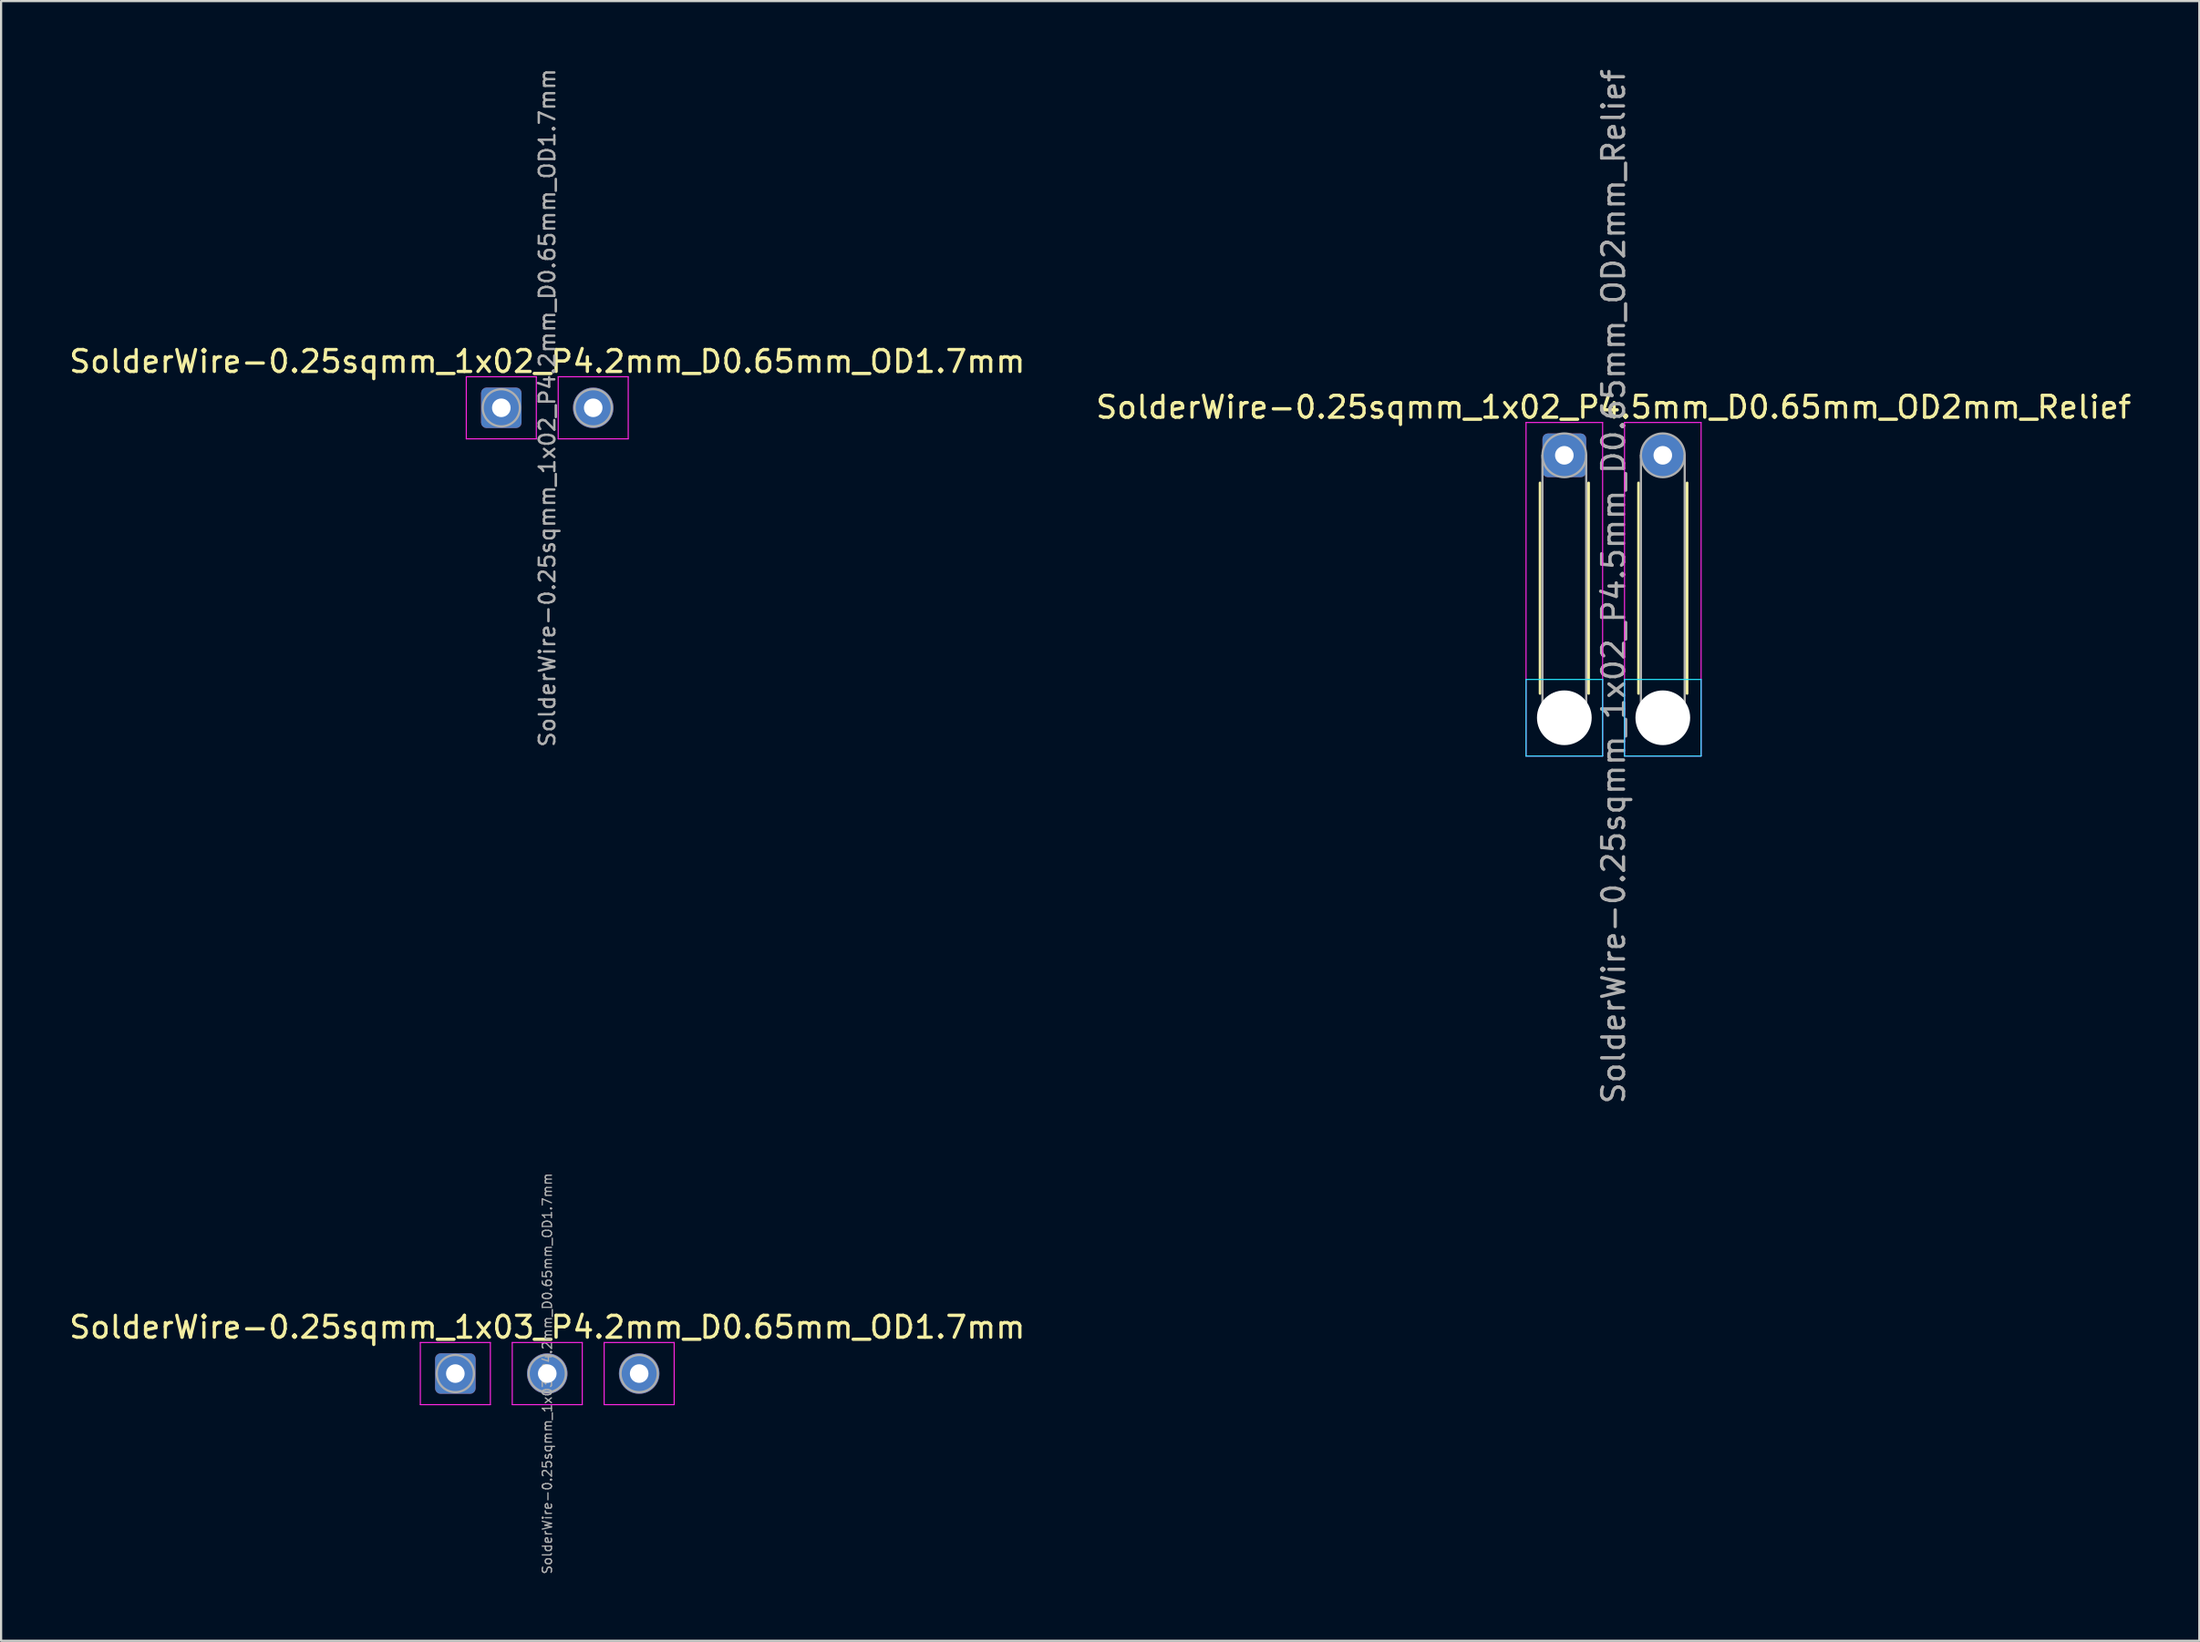
<source format=kicad_pcb>
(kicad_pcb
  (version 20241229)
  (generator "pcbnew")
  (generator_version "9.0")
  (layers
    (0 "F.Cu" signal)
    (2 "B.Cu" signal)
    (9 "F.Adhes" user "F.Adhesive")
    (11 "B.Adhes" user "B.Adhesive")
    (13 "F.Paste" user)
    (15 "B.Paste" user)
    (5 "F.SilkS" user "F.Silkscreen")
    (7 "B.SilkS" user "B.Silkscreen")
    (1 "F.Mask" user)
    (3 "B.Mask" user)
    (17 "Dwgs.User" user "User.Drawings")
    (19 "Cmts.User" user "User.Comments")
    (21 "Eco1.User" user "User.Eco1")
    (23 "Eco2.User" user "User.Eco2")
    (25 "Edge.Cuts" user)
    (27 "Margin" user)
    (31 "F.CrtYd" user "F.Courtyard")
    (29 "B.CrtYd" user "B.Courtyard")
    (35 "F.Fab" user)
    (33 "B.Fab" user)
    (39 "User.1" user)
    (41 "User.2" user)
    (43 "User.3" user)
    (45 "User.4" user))
  (footprint "SolderWire-0.25sqmm_1x02_P4.5mm_D0.65mm_OD2mm_Relief"
    (layer "F.Cu")
    (at 68.435 17.768)
    (property "Reference" "SolderWire-0.25sqmm_1x02_P4.5mm_D0.65mm_OD2mm_Relief" (at 2.25 -2.2 0) (layer "F.SilkS") (effects (font (size 1 1) (thickness 0.15))))
    (attr exclude_from_pos_files exclude_from_bom)
    (fp_line (start -1.11 1.26) (end -1.11 10.89) (stroke (width 0.12) (type solid)) (layer "F.SilkS"))
    (fp_line (start 1.11 1.26) (end 1.11 10.89) (stroke (width 0.12) (type solid)) (layer "F.SilkS"))
    (fp_line (start 3.39 1.26) (end 3.39 10.89) (stroke (width 0.12) (type solid)) (layer "F.SilkS"))
    (fp_line (start 5.61 1.26) (end 5.61 10.89) (stroke (width 0.12) (type solid)) (layer "F.SilkS"))
    (fp_line (start -1.75 10.25) (end -1.75 13.75) (stroke (width 0.05) (type solid)) (layer "B.CrtYd"))
    (fp_line (start -1.75 13.75) (end 1.75 13.75) (stroke (width 0.05) (type solid)) (layer "B.CrtYd"))
    (fp_line (start 1.75 10.25) (end -1.75 10.25) (stroke (width 0.05) (type solid)) (layer "B.CrtYd"))
    (fp_line (start 1.75 13.75) (end 1.75 10.25) (stroke (width 0.05) (type solid)) (layer "B.CrtYd"))
    (fp_line (start 2.75 10.25) (end 2.75 13.75) (stroke (width 0.05) (type solid)) (layer "B.CrtYd"))
    (fp_line (start 2.75 13.75) (end 6.25 13.75) (stroke (width 0.05) (type solid)) (layer "B.CrtYd"))
    (fp_line (start 6.25 10.25) (end 2.75 10.25) (stroke (width 0.05) (type solid)) (layer "B.CrtYd"))
    (fp_line (start 6.25 13.75) (end 6.25 10.25) (stroke (width 0.05) (type solid)) (layer "B.CrtYd"))
    (fp_line (start -1.75 -1.5) (end -1.75 13.75) (stroke (width 0.05) (type solid)) (layer "F.CrtYd"))
    (fp_line (start -1.75 13.75) (end 1.75 13.75) (stroke (width 0.05) (type solid)) (layer "F.CrtYd"))
    (fp_line (start 1.75 -1.5) (end -1.75 -1.5) (stroke (width 0.05) (type solid)) (layer "F.CrtYd"))
    (fp_line (start 1.75 13.75) (end 1.75 -1.5) (stroke (width 0.05) (type solid)) (layer "F.CrtYd"))
    (fp_line (start 2.75 -1.5) (end 2.75 13.75) (stroke (width 0.05) (type solid)) (layer "F.CrtYd"))
    (fp_line (start 2.75 13.75) (end 6.25 13.75) (stroke (width 0.05) (type solid)) (layer "F.CrtYd"))
    (fp_line (start 6.25 -1.5) (end 2.75 -1.5) (stroke (width 0.05) (type solid)) (layer "F.CrtYd"))
    (fp_line (start 6.25 13.75) (end 6.25 -1.5) (stroke (width 0.05) (type solid)) (layer "F.CrtYd"))
    (fp_line (start -1 0) (end -1 12) (stroke (width 0.1) (type solid)) (layer "F.Fab"))
    (fp_line (start 1 0) (end 1 12) (stroke (width 0.1) (type solid)) (layer "F.Fab"))
    (fp_line (start 3.5 0) (end 3.5 12) (stroke (width 0.1) (type solid)) (layer "F.Fab"))
    (fp_line (start 5.5 0) (end 5.5 12) (stroke (width 0.1) (type solid)) (layer "F.Fab"))
    (fp_circle (center 0 0) (end 1 0) (stroke (width 0.1) (type solid)) (fill no) (layer "F.Fab"))
    (fp_circle (center 0 12) (end 1 12) (stroke (width 0.1) (type solid)) (fill no) (layer "F.Fab"))
    (fp_circle (center 4.5 0) (end 5.5 0) (stroke (width 0.1) (type solid)) (fill no) (layer "F.Fab"))
    (fp_circle (center 4.5 12) (end 5.5 12) (stroke (width 0.1) (type solid)) (fill no) (layer "F.Fab"))
    (fp_text user "${REFERENCE}" (at 2.25 6 90) (layer "F.Fab") (effects (font (size 1 1) (thickness 0.15))))
    (pad "" np_thru_hole circle (at 0 12) (size 2.5 2.5) (drill 2.5) (layers "*.Cu" "*.Mask"))
    (pad "" np_thru_hole circle (at 4.5 12) (size 2.5 2.5) (drill 2.5) (layers "*.Cu" "*.Mask"))
    (pad "1" thru_hole roundrect (at 0 0) (size 2 2) (drill 0.85) (layers "*.Cu" "*.Mask") (roundrect_rratio 0.125))
    (pad "2" thru_hole circle (at 4.5 0) (size 2 2) (drill 0.85) (layers "*.Cu" "*.Mask")))
  (footprint "SolderWire-0.25sqmm_1x03_P4.2mm_D0.65mm_OD1.7mm"
    (layer "F.Cu")
    (at 17.758 59.754)
    (property "Reference" "SolderWire-0.25sqmm_1x03_P4.2mm_D0.65mm_OD1.7mm" (at 4.2 -2.12 0) (layer "F.SilkS") (effects (font (size 1 1) (thickness 0.15))))
    (attr exclude_from_pos_files exclude_from_bom)
    (fp_line (start -1.6 -1.42) (end -1.6 1.42) (stroke (width 0.05) (type solid)) (layer "F.CrtYd"))
    (fp_line (start -1.6 1.42) (end 1.6 1.42) (stroke (width 0.05) (type solid)) (layer "F.CrtYd"))
    (fp_line (start 1.6 -1.42) (end -1.6 -1.42) (stroke (width 0.05) (type solid)) (layer "F.CrtYd"))
    (fp_line (start 1.6 1.42) (end 1.6 -1.42) (stroke (width 0.05) (type solid)) (layer "F.CrtYd"))
    (fp_line (start 2.6 -1.42) (end 2.6 1.42) (stroke (width 0.05) (type solid)) (layer "F.CrtYd"))
    (fp_line (start 2.6 1.42) (end 5.8 1.42) (stroke (width 0.05) (type solid)) (layer "F.CrtYd"))
    (fp_line (start 5.8 -1.42) (end 2.6 -1.42) (stroke (width 0.05) (type solid)) (layer "F.CrtYd"))
    (fp_line (start 5.8 1.42) (end 5.8 -1.42) (stroke (width 0.05) (type solid)) (layer "F.CrtYd"))
    (fp_line (start 6.8 -1.42) (end 6.8 1.42) (stroke (width 0.05) (type solid)) (layer "F.CrtYd"))
    (fp_line (start 6.8 1.42) (end 10 1.42) (stroke (width 0.05) (type solid)) (layer "F.CrtYd"))
    (fp_line (start 10 -1.42) (end 6.8 -1.42) (stroke (width 0.05) (type solid)) (layer "F.CrtYd"))
    (fp_line (start 10 1.42) (end 10 -1.42) (stroke (width 0.05) (type solid)) (layer "F.CrtYd"))
    (fp_circle (center 0 0) (end 0.85 0) (stroke (width 0.1) (type solid)) (fill no) (layer "F.Fab"))
    (fp_circle (center 4.2 0) (end 5.05 0) (stroke (width 0.1) (type solid)) (fill no) (layer "F.Fab"))
    (fp_circle (center 8.4 0) (end 9.25 0) (stroke (width 0.1) (type solid)) (fill no) (layer "F.Fab"))
    (fp_text user "${REFERENCE}" (at 4.2 0 90) (layer "F.Fab") (effects (font (size 0.42 0.42) (thickness 0.06))))
    (pad "1" thru_hole roundrect (at 0 0) (size 1.85 1.85) (drill 0.85) (layers "*.Cu" "*.Mask") (roundrect_rratio 0.135))
    (pad "2" thru_hole circle (at 4.2 0) (size 1.85 1.85) (drill 0.85) (layers "*.Cu" "*.Mask"))
    (pad "3" thru_hole circle (at 8.4 0) (size 1.85 1.85) (drill 0.85) (layers "*.Cu" "*.Mask")))
  (footprint "SolderWire-0.25sqmm_1x02_P4.2mm_D0.65mm_OD1.7mm"
    (layer "F.Cu")
    (at 19.858 15.596)
    (property "Reference" "SolderWire-0.25sqmm_1x02_P4.2mm_D0.65mm_OD1.7mm" (at 2.1 -2.12 0) (layer "F.SilkS") (effects (font (size 1 1) (thickness 0.15))))
    (attr exclude_from_pos_files exclude_from_bom)
    (fp_line (start -1.6 -1.42) (end -1.6 1.42) (stroke (width 0.05) (type solid)) (layer "F.CrtYd"))
    (fp_line (start -1.6 1.42) (end 1.6 1.42) (stroke (width 0.05) (type solid)) (layer "F.CrtYd"))
    (fp_line (start 1.6 -1.42) (end -1.6 -1.42) (stroke (width 0.05) (type solid)) (layer "F.CrtYd"))
    (fp_line (start 1.6 1.42) (end 1.6 -1.42) (stroke (width 0.05) (type solid)) (layer "F.CrtYd"))
    (fp_line (start 2.6 -1.42) (end 2.6 1.42) (stroke (width 0.05) (type solid)) (layer "F.CrtYd"))
    (fp_line (start 2.6 1.42) (end 5.8 1.42) (stroke (width 0.05) (type solid)) (layer "F.CrtYd"))
    (fp_line (start 5.8 -1.42) (end 2.6 -1.42) (stroke (width 0.05) (type solid)) (layer "F.CrtYd"))
    (fp_line (start 5.8 1.42) (end 5.8 -1.42) (stroke (width 0.05) (type solid)) (layer "F.CrtYd"))
    (fp_circle (center 0 0) (end 0.85 0) (stroke (width 0.1) (type solid)) (fill no) (layer "F.Fab"))
    (fp_circle (center 4.2 0) (end 5.05 0) (stroke (width 0.1) (type solid)) (fill no) (layer "F.Fab"))
    (fp_text user "${REFERENCE}" (at 2.1 0 90) (layer "F.Fab") (effects (font (size 0.71 0.71) (thickness 0.11))))
    (pad "1" thru_hole roundrect (at 0 0) (size 1.85 1.85) (drill 0.85) (layers "*.Cu" "*.Mask") (roundrect_rratio 0.135))
    (pad "2" thru_hole circle (at 4.2 0) (size 1.85 1.85) (drill 0.85) (layers "*.Cu" "*.Mask")))
  (gr_rect
    (start -3 -3)
    (end 97.452 71.972)
    (stroke (width 0.1) (type default))
    (fill no)
    (layer "Edge.Cuts")))
</source>
